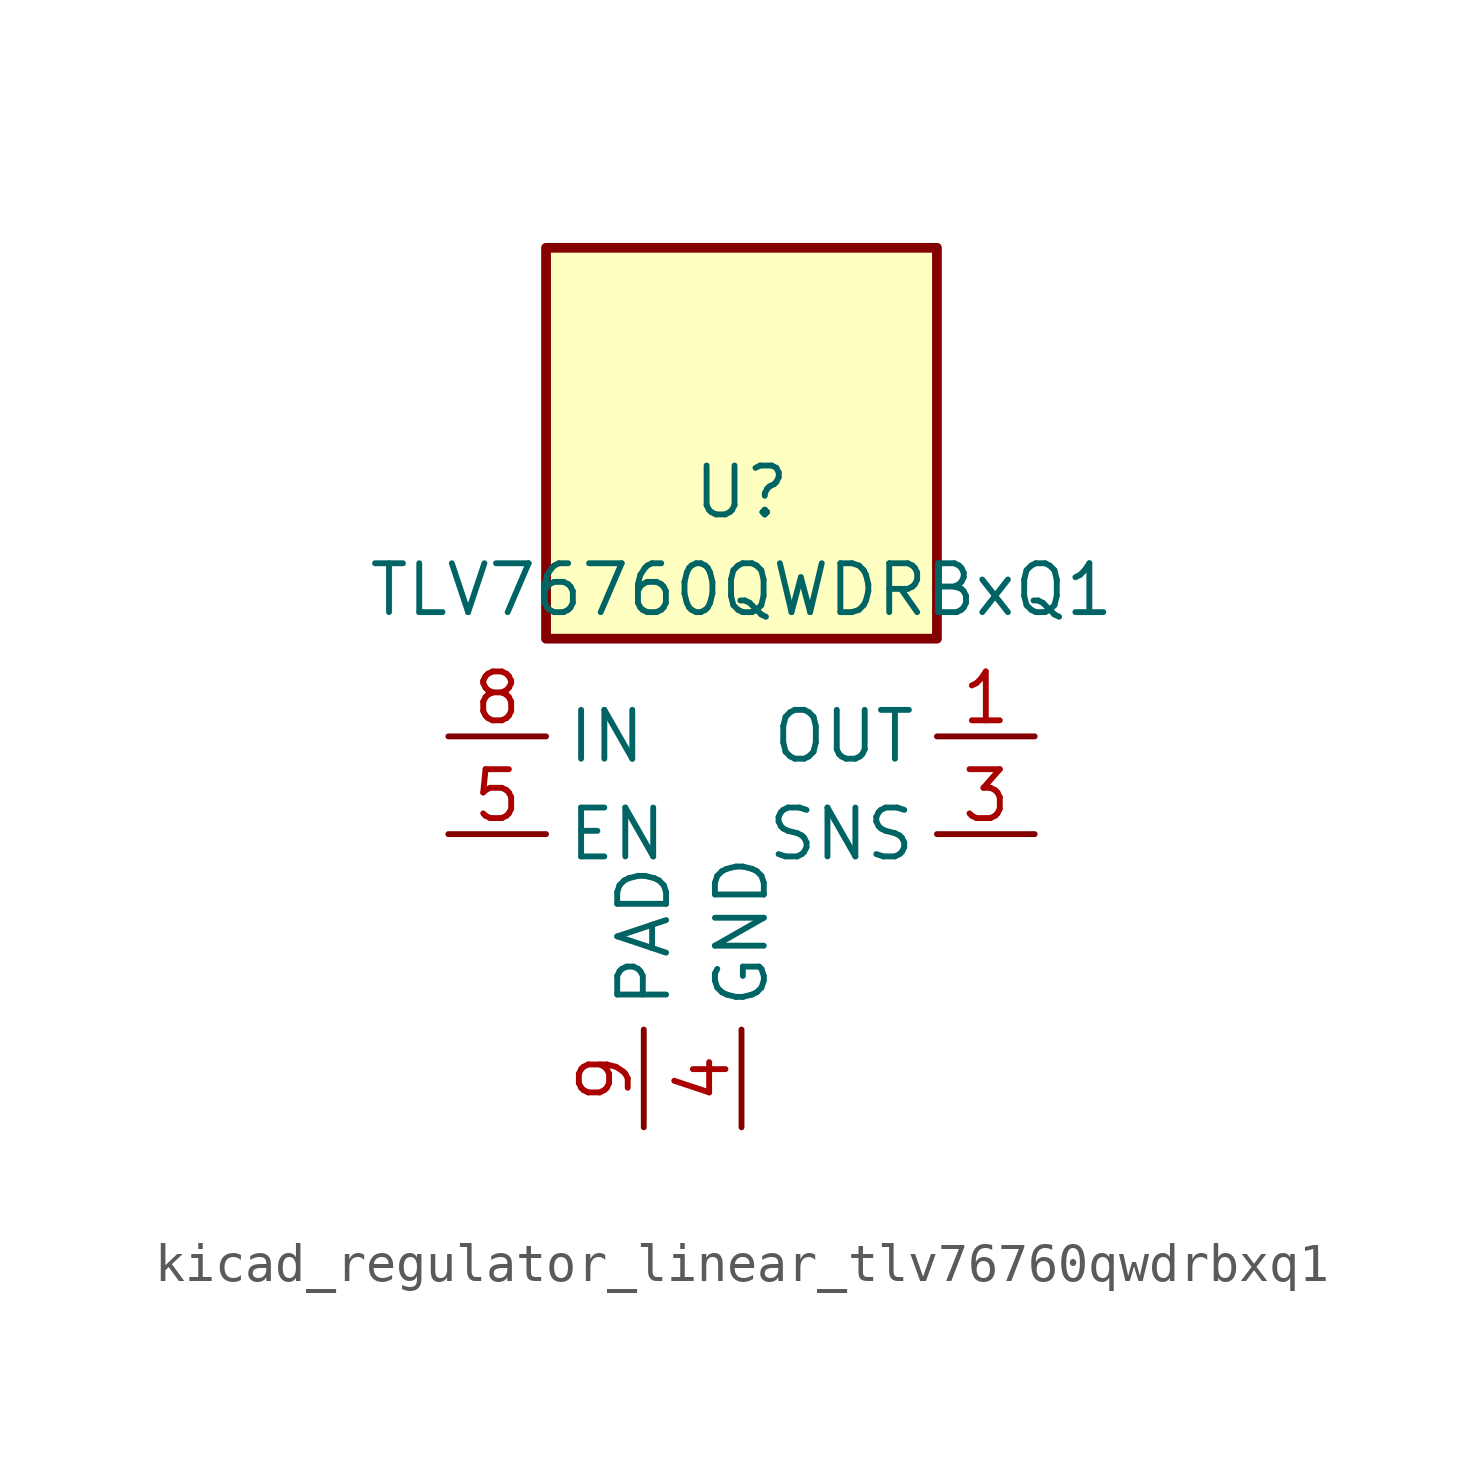
<source format=kicad_sym>
(kicad_symbol_lib
  (version 20220914)
  (generator kicad_symbol_editor)
  (symbol "kicad_regulator_linear_tlv76760qwdrbxq1"
    (property "Reference" "U"
      (at 0 8.89 0)
      (effects (font (size 1.27 1.27))))
    (property "Value" "TLV76760QWDRBxQ1"
      (at 0 6.35 0)
      (effects (font (size 1.27 1.27))))
    (symbol "kicad_regulator_linear_tlv76760qwdrbxq1_0_1"
      (rectangle (start 5.08 15.24) (end -5.08 5.08) (stroke (width 0.254) (type default)) (fill (type background))))
    (symbol "kicad_regulator_linear_tlv76760qwdrbxq1_1_1"
      (pin power_out line (at 7.62 2.54 180) (length 2.54) (name "OUT" (effects (font (size 1.27 1.27)))) (number "1" (effects (font (size 1.27 1.27)))))
      (pin no_connect line (at 5.08 -2.54 180) (length 2.54) hide (name "NC" (effects (font (size 1.27 1.27)))) (number "2" (effects (font (size 1.27 1.27)))))
      (pin input line (at 7.62 0 180) (length 2.54) (name "SNS" (effects (font (size 1.27 1.27)))) (number "3" (effects (font (size 1.27 1.27)))))
      (pin power_in line (at 0 -7.62 90) (length 2.54) (name "GND" (effects (font (size 1.27 1.27)))) (number "4" (effects (font (size 1.27 1.27)))))
      (pin input line (at -7.62 0 0) (length 2.54) (name "EN" (effects (font (size 1.27 1.27)))) (number "5" (effects (font (size 1.27 1.27)))))
      (pin passive line (at 0 -7.62 90) (length 2.54) hide (name "GND" (effects (font (size 1.27 1.27)))) (number "6" (effects (font (size 1.27 1.27)))))
      (pin no_connect line (at -5.08 -2.54 0) (length 2.54) hide (name "NC" (effects (font (size 1.27 1.27)))) (number "7" (effects (font (size 1.27 1.27)))))
      (pin power_in line (at -7.62 2.54 0) (length 2.54) (name "IN" (effects (font (size 1.27 1.27)))) (number "8" (effects (font (size 1.27 1.27)))))
      (pin passive line (at -2.54 -7.62 90) (length 2.54) (name "PAD" (effects (font (size 1.27 1.27)))) (number "9" (effects (font (size 1.27 1.27))))))))
</source>
